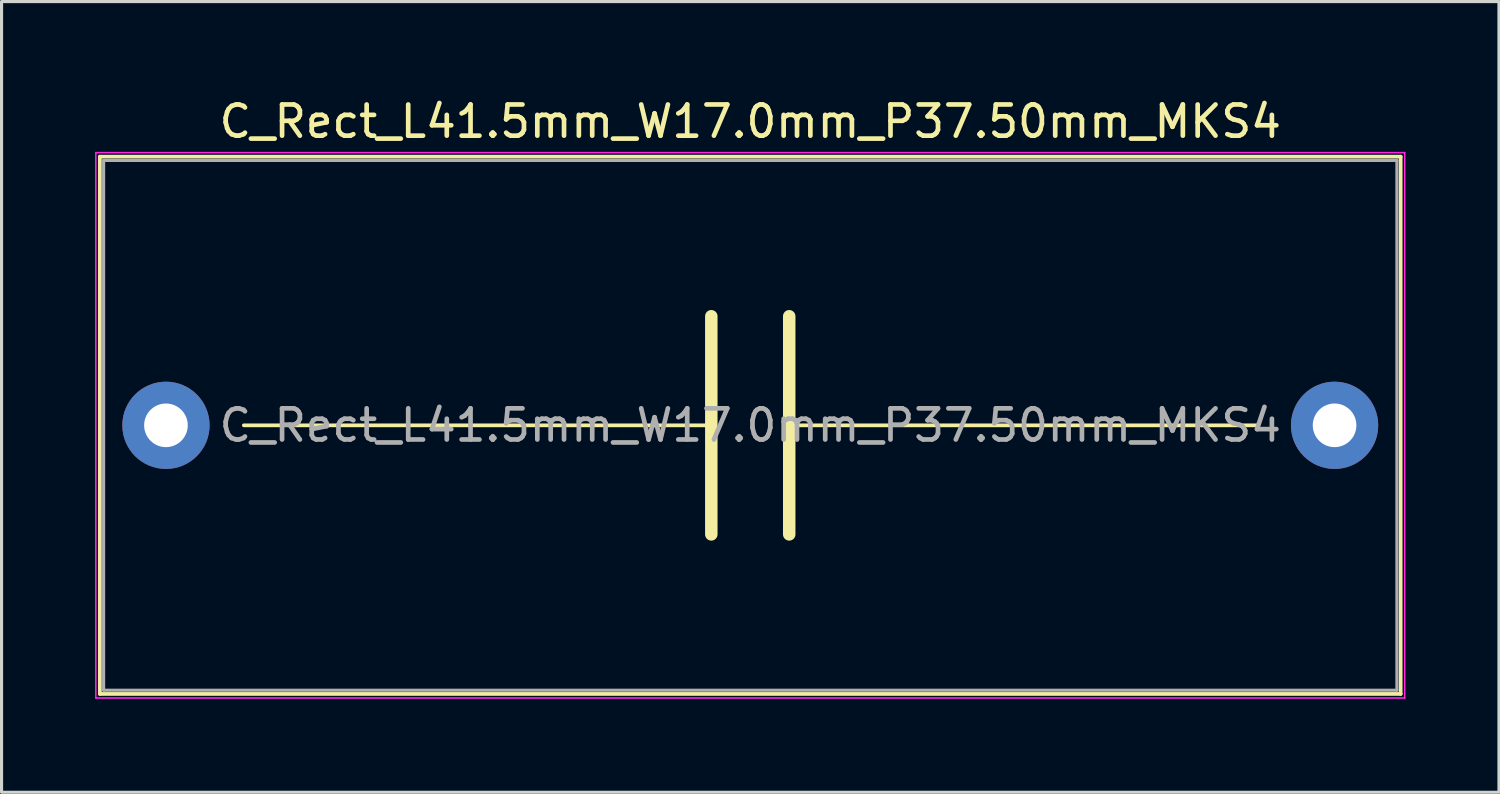
<source format=kicad_pcb>
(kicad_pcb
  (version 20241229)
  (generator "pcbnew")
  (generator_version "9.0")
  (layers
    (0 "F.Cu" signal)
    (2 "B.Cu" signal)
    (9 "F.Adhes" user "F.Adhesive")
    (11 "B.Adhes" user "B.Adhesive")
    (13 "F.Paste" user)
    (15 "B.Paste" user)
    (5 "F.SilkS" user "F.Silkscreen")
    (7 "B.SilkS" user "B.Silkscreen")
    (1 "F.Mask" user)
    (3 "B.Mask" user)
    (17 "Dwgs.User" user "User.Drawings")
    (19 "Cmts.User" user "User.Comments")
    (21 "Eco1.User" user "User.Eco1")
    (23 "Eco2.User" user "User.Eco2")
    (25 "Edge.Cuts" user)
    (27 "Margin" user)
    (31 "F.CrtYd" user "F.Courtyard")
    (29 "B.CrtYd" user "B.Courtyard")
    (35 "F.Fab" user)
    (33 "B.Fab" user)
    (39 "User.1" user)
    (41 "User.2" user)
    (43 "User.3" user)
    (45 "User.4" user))
  (footprint "C_Rect_L41.5mm_W17.0mm_P37.50mm_MKS4"
    (layer "F.Cu")
    (at 2.275 10.598)
    (property "Reference" "C_Rect_L41.5mm_W17.0mm_P37.50mm_MKS4" (at 18.75 -9.75 0) (layer "F.SilkS") (effects (font (size 1 1) (thickness 0.15))))
    (attr through_hole)
    (fp_line (start -2.12 -8.62) (end -2.12 8.62) (stroke (width 0.12) (type solid)) (layer "F.SilkS"))
    (fp_line (start -2.12 -8.62) (end 39.62 -8.62) (stroke (width 0.12) (type solid)) (layer "F.SilkS"))
    (fp_line (start -2.12 8.62) (end 39.62 8.62) (stroke (width 0.12) (type solid)) (layer "F.SilkS"))
    (fp_line (start 2.5 0) (end 17.5 0) (stroke (width 0.12) (type solid)) (layer "F.SilkS"))
    (fp_line (start 17.5 -3.5) (end 17.5 3.5) (stroke (width 0.4) (type solid)) (layer "F.SilkS"))
    (fp_line (start 20 -3.5) (end 20 3.5) (stroke (width 0.4) (type solid)) (layer "F.SilkS"))
    (fp_line (start 20 0) (end 35 0) (stroke (width 0.12) (type solid)) (layer "F.SilkS"))
    (fp_line (start 39.62 -8.62) (end 39.62 8.62) (stroke (width 0.12) (type solid)) (layer "F.SilkS"))
    (fp_line (start -2.25 -8.75) (end -2.25 8.75) (stroke (width 0.05) (type solid)) (layer "F.CrtYd"))
    (fp_line (start -2.25 8.75) (end 39.75 8.75) (stroke (width 0.05) (type solid)) (layer "F.CrtYd"))
    (fp_line (start 39.75 -8.75) (end -2.25 -8.75) (stroke (width 0.05) (type solid)) (layer "F.CrtYd"))
    (fp_line (start 39.75 8.75) (end 39.75 -8.75) (stroke (width 0.05) (type solid)) (layer "F.CrtYd"))
    (fp_line (start -2 -8.5) (end -2 8.5) (stroke (width 0.1) (type solid)) (layer "F.Fab"))
    (fp_line (start -2 8.5) (end 39.5 8.5) (stroke (width 0.1) (type solid)) (layer "F.Fab"))
    (fp_line (start 39.5 -8.5) (end -2 -8.5) (stroke (width 0.1) (type solid)) (layer "F.Fab"))
    (fp_line (start 39.5 8.5) (end 39.5 -8.5) (stroke (width 0.1) (type solid)) (layer "F.Fab"))
    (fp_text user "${REFERENCE}" (at 18.75 0 0) (layer "F.Fab") (effects (font (size 1 1) (thickness 0.15))))
    (pad "1" thru_hole circle (at 0 0) (size 2.8 2.8) (drill 1.4) (layers "*.Cu" "*.Mask"))
    (pad "2" thru_hole circle (at 37.5 0) (size 2.8 2.8) (drill 1.4) (layers "*.Cu" "*.Mask")))
  (gr_rect
    (start -3 -3)
    (end 45.05 22.373)
    (stroke (width 0.1) (type default))
    (fill no)
    (layer "Edge.Cuts")))
</source>
